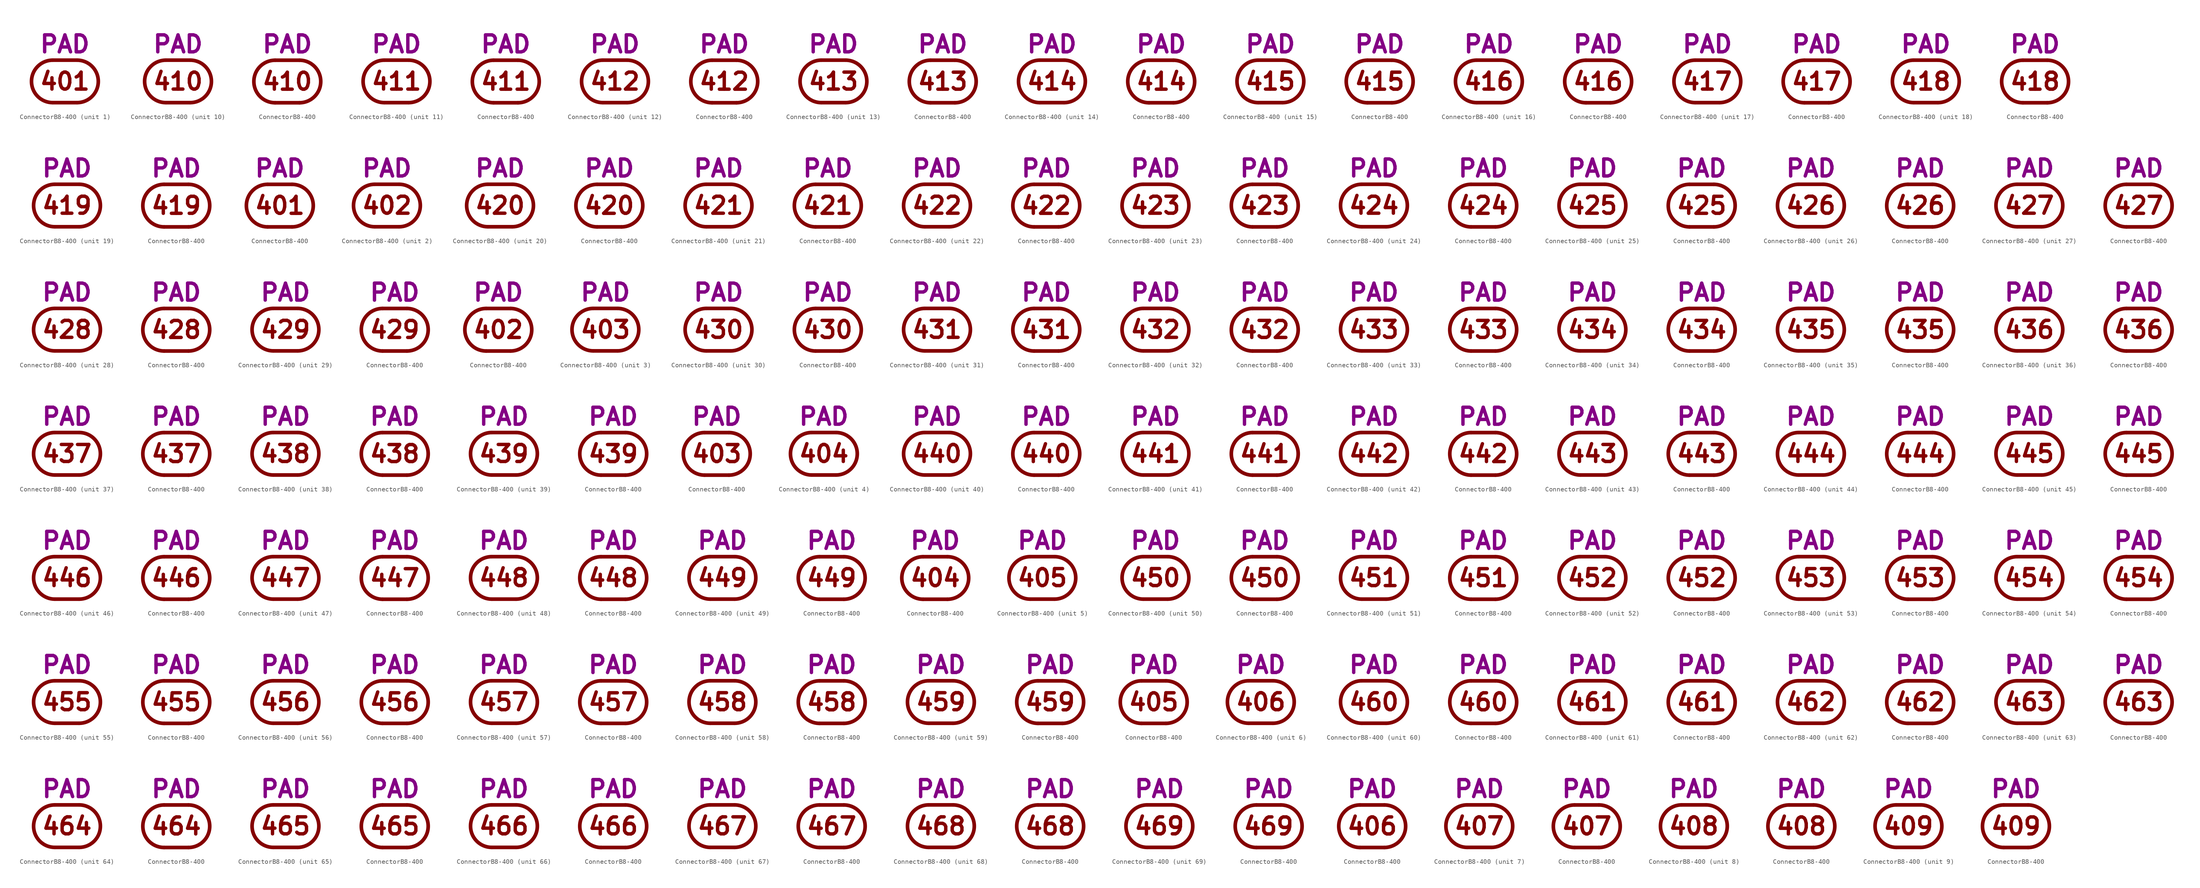
<source format=kicad_sym>
(kicad_symbol_lib
  (version 20211014)
  (generator kicad_symbol_editor)
  (symbol "ConnectorB8-400"
    (pin_numbers hide)
    (pin_names
      (offset 0) hide)
    (property "Reference" "J"
      (at 0 8.255 0)
      (effects (font (size 3.556 3.556)) hide))
    (property "Caption" "PAD"
      (at 0 5.715 0)
      (effects (font (size 3.556 3.556) bold) (justify bottom)))
    (property "ki_locked" ""
      (at 0 0 0)
      (effects (font (size 1.27 1.27))))
    (symbol "ConnectorB8-400_0_0"
      (arc (start -2.54 4.445) (mid -6.985 0) (end -2.54 -4.445) (stroke (width 0.762) (type default) (color 0 0 0 0)) (fill (type none)))
      (polyline (pts (xy -2.54 -4.445) (xy 2.54 -4.445)) (stroke (width 0.762) (type default) (color 0 0 0 0)) (fill (type none)))
      (polyline (pts (xy -2.54 4.445) (xy 2.54 4.445)) (stroke (width 0.762) (type default) (color 0 0 0 0)) (fill (type none)))
      (arc (start 2.54 -4.445) (mid 6.985 0) (end 2.54 4.445) (stroke (width 0.762) (type default) (color 0 0 0 0)) (fill (type none))))
    (symbol "ConnectorB8-400_1_0"
      (text "401" (at 0 0 0) (effects (font (size 3.556 3.556) bold))))
    (symbol "ConnectorB8-400_1_1"
      (pin passive line (at 6.985 0 180) (length 0) (name "401" (effects (font (size 3.556 3.556)))) (number "401" (effects (font (size 3.556 3.556))))))
    (symbol "ConnectorB8-400_1_2"
      (pin passive line (at 0 4.445 270) (length 0) (name "401" (effects (font (size 3.556 3.556)))) (number "401" (effects (font (size 3.556 3.556))))))
    (symbol "ConnectorB8-400_2_0"
      (text "402" (at 0 0 0) (effects (font (size 3.556 3.556) bold))))
    (symbol "ConnectorB8-400_2_1"
      (pin passive line (at 6.985 0 180) (length 0) (name "402" (effects (font (size 3.556 3.556)))) (number "402" (effects (font (size 3.556 3.556))))))
    (symbol "ConnectorB8-400_2_2"
      (pin passive line (at 0 4.445 270) (length 0) (name "402" (effects (font (size 3.556 3.556)))) (number "402" (effects (font (size 3.556 3.556))))))
    (symbol "ConnectorB8-400_3_0"
      (text "403" (at 0 0 0) (effects (font (size 3.556 3.556) bold))))
    (symbol "ConnectorB8-400_3_1"
      (pin passive line (at 6.985 0 180) (length 0) (name "403" (effects (font (size 3.556 3.556)))) (number "403" (effects (font (size 3.556 3.556))))))
    (symbol "ConnectorB8-400_3_2"
      (pin passive line (at 0 4.445 270) (length 0) (name "403" (effects (font (size 3.556 3.556)))) (number "403" (effects (font (size 3.556 3.556))))))
    (symbol "ConnectorB8-400_4_0"
      (text "404" (at 0 0 0) (effects (font (size 3.556 3.556) bold))))
    (symbol "ConnectorB8-400_4_1"
      (pin passive line (at 6.985 0 180) (length 0) (name "404" (effects (font (size 3.556 3.556)))) (number "404" (effects (font (size 3.556 3.556))))))
    (symbol "ConnectorB8-400_4_2"
      (pin passive line (at 0 4.445 270) (length 0) (name "404" (effects (font (size 3.556 3.556)))) (number "404" (effects (font (size 3.556 3.556))))))
    (symbol "ConnectorB8-400_5_0"
      (text "405" (at 0 0 0) (effects (font (size 3.556 3.556) bold))))
    (symbol "ConnectorB8-400_5_1"
      (pin passive line (at 6.985 0 180) (length 0) (name "405" (effects (font (size 3.556 3.556)))) (number "405" (effects (font (size 3.556 3.556))))))
    (symbol "ConnectorB8-400_5_2"
      (pin passive line (at 0 4.445 270) (length 0) (name "405" (effects (font (size 3.556 3.556)))) (number "405" (effects (font (size 3.556 3.556))))))
    (symbol "ConnectorB8-400_6_0"
      (text "406" (at 0 0 0) (effects (font (size 3.556 3.556) bold))))
    (symbol "ConnectorB8-400_6_1"
      (pin passive line (at 6.985 0 180) (length 0) (name "406" (effects (font (size 3.556 3.556)))) (number "406" (effects (font (size 3.556 3.556))))))
    (symbol "ConnectorB8-400_6_2"
      (pin passive line (at 0 4.445 270) (length 0) (name "406" (effects (font (size 3.556 3.556)))) (number "406" (effects (font (size 3.556 3.556))))))
    (symbol "ConnectorB8-400_7_0"
      (text "407" (at 0 0 0) (effects (font (size 3.556 3.556) bold))))
    (symbol "ConnectorB8-400_7_1"
      (pin passive line (at 6.985 0 180) (length 0) (name "407" (effects (font (size 3.556 3.556)))) (number "407" (effects (font (size 3.556 3.556))))))
    (symbol "ConnectorB8-400_7_2"
      (pin passive line (at 0 4.445 270) (length 0) (name "407" (effects (font (size 3.556 3.556)))) (number "407" (effects (font (size 3.556 3.556))))))
    (symbol "ConnectorB8-400_8_0"
      (text "408" (at 0 0 0) (effects (font (size 3.556 3.556) bold))))
    (symbol "ConnectorB8-400_8_1"
      (pin passive line (at 6.985 0 180) (length 0) (name "408" (effects (font (size 3.556 3.556)))) (number "408" (effects (font (size 3.556 3.556))))))
    (symbol "ConnectorB8-400_8_2"
      (pin passive line (at 0 4.445 270) (length 0) (name "408" (effects (font (size 3.556 3.556)))) (number "408" (effects (font (size 3.556 3.556))))))
    (symbol "ConnectorB8-400_9_0"
      (text "409" (at 0 0 0) (effects (font (size 3.556 3.556) bold))))
    (symbol "ConnectorB8-400_9_1"
      (pin passive line (at 6.985 0 180) (length 0) (name "409" (effects (font (size 3.556 3.556)))) (number "409" (effects (font (size 3.556 3.556))))))
    (symbol "ConnectorB8-400_9_2"
      (pin passive line (at 0 4.445 270) (length 0) (name "409" (effects (font (size 3.556 3.556)))) (number "409" (effects (font (size 3.556 3.556))))))
    (symbol "ConnectorB8-400_10_0"
      (text "410" (at 0 0 0) (effects (font (size 3.556 3.556) bold))))
    (symbol "ConnectorB8-400_10_1"
      (pin passive line (at 6.985 0 180) (length 0) (name "410" (effects (font (size 3.556 3.556)))) (number "410" (effects (font (size 3.556 3.556))))))
    (symbol "ConnectorB8-400_10_2"
      (pin passive line (at 0 4.445 270) (length 0) (name "410" (effects (font (size 3.556 3.556)))) (number "410" (effects (font (size 3.556 3.556))))))
    (symbol "ConnectorB8-400_11_0"
      (text "411" (at 0 0 0) (effects (font (size 3.556 3.556) bold))))
    (symbol "ConnectorB8-400_11_1"
      (pin passive line (at 6.985 0 180) (length 0) (name "411" (effects (font (size 3.556 3.556)))) (number "411" (effects (font (size 3.556 3.556))))))
    (symbol "ConnectorB8-400_11_2"
      (pin passive line (at 0 4.445 270) (length 0) (name "411" (effects (font (size 3.556 3.556)))) (number "411" (effects (font (size 3.556 3.556))))))
    (symbol "ConnectorB8-400_12_0"
      (text "412" (at 0 0 0) (effects (font (size 3.556 3.556) bold))))
    (symbol "ConnectorB8-400_12_1"
      (pin passive line (at 6.985 0 180) (length 0) (name "412" (effects (font (size 3.556 3.556)))) (number "412" (effects (font (size 3.556 3.556))))))
    (symbol "ConnectorB8-400_12_2"
      (pin passive line (at 0 4.445 270) (length 0) (name "412" (effects (font (size 3.556 3.556)))) (number "412" (effects (font (size 3.556 3.556))))))
    (symbol "ConnectorB8-400_13_0"
      (text "413" (at 0 0 0) (effects (font (size 3.556 3.556) bold))))
    (symbol "ConnectorB8-400_13_1"
      (pin passive line (at 6.985 0 180) (length 0) (name "413" (effects (font (size 3.556 3.556)))) (number "413" (effects (font (size 3.556 3.556))))))
    (symbol "ConnectorB8-400_13_2"
      (pin passive line (at 0 4.445 270) (length 0) (name "413" (effects (font (size 3.556 3.556)))) (number "413" (effects (font (size 3.556 3.556))))))
    (symbol "ConnectorB8-400_14_0"
      (text "414" (at 0 0 0) (effects (font (size 3.556 3.556) bold))))
    (symbol "ConnectorB8-400_14_1"
      (pin passive line (at 6.985 0 180) (length 0) (name "414" (effects (font (size 3.556 3.556)))) (number "414" (effects (font (size 3.556 3.556))))))
    (symbol "ConnectorB8-400_14_2"
      (pin passive line (at 0 4.445 270) (length 0) (name "414" (effects (font (size 3.556 3.556)))) (number "414" (effects (font (size 3.556 3.556))))))
    (symbol "ConnectorB8-400_15_0"
      (text "415" (at 0 0 0) (effects (font (size 3.556 3.556) bold))))
    (symbol "ConnectorB8-400_15_1"
      (pin passive line (at 6.985 0 180) (length 0) (name "415" (effects (font (size 3.556 3.556)))) (number "415" (effects (font (size 3.556 3.556))))))
    (symbol "ConnectorB8-400_15_2"
      (pin passive line (at 0 4.445 270) (length 0) (name "415" (effects (font (size 3.556 3.556)))) (number "415" (effects (font (size 3.556 3.556))))))
    (symbol "ConnectorB8-400_16_0"
      (text "416" (at 0 0 0) (effects (font (size 3.556 3.556) bold))))
    (symbol "ConnectorB8-400_16_1"
      (pin passive line (at 6.985 0 180) (length 0) (name "416" (effects (font (size 3.556 3.556)))) (number "416" (effects (font (size 3.556 3.556))))))
    (symbol "ConnectorB8-400_16_2"
      (pin passive line (at 0 4.445 270) (length 0) (name "416" (effects (font (size 3.556 3.556)))) (number "416" (effects (font (size 3.556 3.556))))))
    (symbol "ConnectorB8-400_17_0"
      (text "417" (at 0 0 0) (effects (font (size 3.556 3.556) bold))))
    (symbol "ConnectorB8-400_17_1"
      (pin passive line (at 6.985 0 180) (length 0) (name "417" (effects (font (size 3.556 3.556)))) (number "417" (effects (font (size 3.556 3.556))))))
    (symbol "ConnectorB8-400_17_2"
      (pin passive line (at 0 4.445 270) (length 0) (name "417" (effects (font (size 3.556 3.556)))) (number "417" (effects (font (size 3.556 3.556))))))
    (symbol "ConnectorB8-400_18_0"
      (text "418" (at 0 0 0) (effects (font (size 3.556 3.556) bold))))
    (symbol "ConnectorB8-400_18_1"
      (pin passive line (at 6.985 0 180) (length 0) (name "418" (effects (font (size 3.556 3.556)))) (number "418" (effects (font (size 3.556 3.556))))))
    (symbol "ConnectorB8-400_18_2"
      (pin passive line (at 0 4.445 270) (length 0) (name "418" (effects (font (size 3.556 3.556)))) (number "418" (effects (font (size 3.556 3.556))))))
    (symbol "ConnectorB8-400_19_0"
      (text "419" (at 0 0 0) (effects (font (size 3.556 3.556) bold))))
    (symbol "ConnectorB8-400_19_1"
      (pin passive line (at 6.985 0 180) (length 0) (name "419" (effects (font (size 3.556 3.556)))) (number "419" (effects (font (size 3.556 3.556))))))
    (symbol "ConnectorB8-400_19_2"
      (pin passive line (at 0 4.445 270) (length 0) (name "419" (effects (font (size 3.556 3.556)))) (number "419" (effects (font (size 3.556 3.556))))))
    (symbol "ConnectorB8-400_20_0"
      (text "420" (at 0 0 0) (effects (font (size 3.556 3.556) bold))))
    (symbol "ConnectorB8-400_20_1"
      (pin passive line (at 6.985 0 180) (length 0) (name "420" (effects (font (size 3.556 3.556)))) (number "420" (effects (font (size 3.556 3.556))))))
    (symbol "ConnectorB8-400_20_2"
      (pin passive line (at 0 4.445 270) (length 0) (name "420" (effects (font (size 3.556 3.556)))) (number "420" (effects (font (size 3.556 3.556))))))
    (symbol "ConnectorB8-400_21_0"
      (text "421" (at 0 0 0) (effects (font (size 3.556 3.556) bold))))
    (symbol "ConnectorB8-400_21_1"
      (pin passive line (at 6.985 0 180) (length 0) (name "421" (effects (font (size 3.556 3.556)))) (number "421" (effects (font (size 3.556 3.556))))))
    (symbol "ConnectorB8-400_21_2"
      (pin passive line (at 0 4.445 270) (length 0) (name "421" (effects (font (size 3.556 3.556)))) (number "421" (effects (font (size 3.556 3.556))))))
    (symbol "ConnectorB8-400_22_0"
      (text "422" (at 0 0 0) (effects (font (size 3.556 3.556) bold))))
    (symbol "ConnectorB8-400_22_1"
      (pin passive line (at 6.985 0 180) (length 0) (name "422" (effects (font (size 3.556 3.556)))) (number "422" (effects (font (size 3.556 3.556))))))
    (symbol "ConnectorB8-400_22_2"
      (pin passive line (at 0 4.445 270) (length 0) (name "422" (effects (font (size 3.556 3.556)))) (number "422" (effects (font (size 3.556 3.556))))))
    (symbol "ConnectorB8-400_23_0"
      (text "423" (at 0 0 0) (effects (font (size 3.556 3.556) bold))))
    (symbol "ConnectorB8-400_23_1"
      (pin passive line (at 6.985 0 180) (length 0) (name "423" (effects (font (size 3.556 3.556)))) (number "423" (effects (font (size 3.556 3.556))))))
    (symbol "ConnectorB8-400_23_2"
      (pin passive line (at 0 4.445 270) (length 0) (name "423" (effects (font (size 3.556 3.556)))) (number "423" (effects (font (size 3.556 3.556))))))
    (symbol "ConnectorB8-400_24_0"
      (text "424" (at 0 0 0) (effects (font (size 3.556 3.556) bold))))
    (symbol "ConnectorB8-400_24_1"
      (pin passive line (at 6.985 0 180) (length 0) (name "424" (effects (font (size 3.556 3.556)))) (number "424" (effects (font (size 3.556 3.556))))))
    (symbol "ConnectorB8-400_24_2"
      (pin passive line (at 0 4.445 270) (length 0) (name "424" (effects (font (size 3.556 3.556)))) (number "424" (effects (font (size 3.556 3.556))))))
    (symbol "ConnectorB8-400_25_0"
      (text "425" (at 0 0 0) (effects (font (size 3.556 3.556) bold))))
    (symbol "ConnectorB8-400_25_1"
      (pin passive line (at 6.985 0 180) (length 0) (name "425" (effects (font (size 3.556 3.556)))) (number "425" (effects (font (size 3.556 3.556))))))
    (symbol "ConnectorB8-400_25_2"
      (pin passive line (at 0 4.445 270) (length 0) (name "425" (effects (font (size 3.556 3.556)))) (number "425" (effects (font (size 3.556 3.556))))))
    (symbol "ConnectorB8-400_26_0"
      (text "426" (at 0 0 0) (effects (font (size 3.556 3.556) bold))))
    (symbol "ConnectorB8-400_26_1"
      (pin passive line (at 6.985 0 180) (length 0) (name "426" (effects (font (size 3.556 3.556)))) (number "426" (effects (font (size 3.556 3.556))))))
    (symbol "ConnectorB8-400_26_2"
      (pin passive line (at 0 4.445 270) (length 0) (name "426" (effects (font (size 3.556 3.556)))) (number "426" (effects (font (size 3.556 3.556))))))
    (symbol "ConnectorB8-400_27_0"
      (text "427" (at 0 0 0) (effects (font (size 3.556 3.556) bold))))
    (symbol "ConnectorB8-400_27_1"
      (pin passive line (at 6.985 0 180) (length 0) (name "427" (effects (font (size 3.556 3.556)))) (number "427" (effects (font (size 3.556 3.556))))))
    (symbol "ConnectorB8-400_27_2"
      (pin passive line (at 0 4.445 270) (length 0) (name "427" (effects (font (size 3.556 3.556)))) (number "427" (effects (font (size 3.556 3.556))))))
    (symbol "ConnectorB8-400_28_0"
      (text "428" (at 0 0 0) (effects (font (size 3.556 3.556) bold))))
    (symbol "ConnectorB8-400_28_1"
      (pin passive line (at 6.985 0 180) (length 0) (name "428" (effects (font (size 3.556 3.556)))) (number "428" (effects (font (size 3.556 3.556))))))
    (symbol "ConnectorB8-400_28_2"
      (pin passive line (at 0 4.445 270) (length 0) (name "428" (effects (font (size 3.556 3.556)))) (number "428" (effects (font (size 3.556 3.556))))))
    (symbol "ConnectorB8-400_29_0"
      (text "429" (at 0 0 0) (effects (font (size 3.556 3.556) bold))))
    (symbol "ConnectorB8-400_29_1"
      (pin passive line (at 6.985 0 180) (length 0) (name "429" (effects (font (size 3.556 3.556)))) (number "429" (effects (font (size 3.556 3.556))))))
    (symbol "ConnectorB8-400_29_2"
      (pin passive line (at 0 4.445 270) (length 0) (name "429" (effects (font (size 3.556 3.556)))) (number "429" (effects (font (size 3.556 3.556))))))
    (symbol "ConnectorB8-400_30_0"
      (text "430" (at 0 0 0) (effects (font (size 3.556 3.556) bold))))
    (symbol "ConnectorB8-400_30_1"
      (pin passive line (at 6.985 0 180) (length 0) (name "430" (effects (font (size 3.556 3.556)))) (number "430" (effects (font (size 3.556 3.556))))))
    (symbol "ConnectorB8-400_30_2"
      (pin passive line (at 0 4.445 270) (length 0) (name "430" (effects (font (size 3.556 3.556)))) (number "430" (effects (font (size 3.556 3.556))))))
    (symbol "ConnectorB8-400_31_0"
      (text "431" (at 0 0 0) (effects (font (size 3.556 3.556) bold))))
    (symbol "ConnectorB8-400_31_1"
      (pin passive line (at 6.985 0 180) (length 0) (name "431" (effects (font (size 3.556 3.556)))) (number "431" (effects (font (size 3.556 3.556))))))
    (symbol "ConnectorB8-400_31_2"
      (pin passive line (at 0 4.445 270) (length 0) (name "431" (effects (font (size 3.556 3.556)))) (number "431" (effects (font (size 3.556 3.556))))))
    (symbol "ConnectorB8-400_32_0"
      (text "432" (at 0 0 0) (effects (font (size 3.556 3.556) bold))))
    (symbol "ConnectorB8-400_32_1"
      (pin passive line (at 6.985 0 180) (length 0) (name "432" (effects (font (size 3.556 3.556)))) (number "432" (effects (font (size 3.556 3.556))))))
    (symbol "ConnectorB8-400_32_2"
      (pin passive line (at 0 4.445 270) (length 0) (name "432" (effects (font (size 3.556 3.556)))) (number "432" (effects (font (size 3.556 3.556))))))
    (symbol "ConnectorB8-400_33_0"
      (text "433" (at 0 0 0) (effects (font (size 3.556 3.556) bold))))
    (symbol "ConnectorB8-400_33_1"
      (pin passive line (at 6.985 0 180) (length 0) (name "433" (effects (font (size 3.556 3.556)))) (number "433" (effects (font (size 3.556 3.556))))))
    (symbol "ConnectorB8-400_33_2"
      (pin passive line (at 0 4.445 270) (length 0) (name "433" (effects (font (size 3.556 3.556)))) (number "433" (effects (font (size 3.556 3.556))))))
    (symbol "ConnectorB8-400_34_0"
      (text "434" (at 0 0 0) (effects (font (size 3.556 3.556) bold))))
    (symbol "ConnectorB8-400_34_1"
      (pin passive line (at 6.985 0 180) (length 0) (name "434" (effects (font (size 3.556 3.556)))) (number "434" (effects (font (size 3.556 3.556))))))
    (symbol "ConnectorB8-400_34_2"
      (pin passive line (at 0 4.445 270) (length 0) (name "434" (effects (font (size 3.556 3.556)))) (number "434" (effects (font (size 3.556 3.556))))))
    (symbol "ConnectorB8-400_35_0"
      (text "435" (at 0 0 0) (effects (font (size 3.556 3.556) bold))))
    (symbol "ConnectorB8-400_35_1"
      (pin passive line (at 6.985 0 180) (length 0) (name "435" (effects (font (size 3.556 3.556)))) (number "435" (effects (font (size 3.556 3.556))))))
    (symbol "ConnectorB8-400_35_2"
      (pin passive line (at 0 4.445 270) (length 0) (name "435" (effects (font (size 3.556 3.556)))) (number "435" (effects (font (size 3.556 3.556))))))
    (symbol "ConnectorB8-400_36_0"
      (text "436" (at 0 0 0) (effects (font (size 3.556 3.556) bold))))
    (symbol "ConnectorB8-400_36_1"
      (pin passive line (at 6.985 0 180) (length 0) (name "436" (effects (font (size 3.556 3.556)))) (number "436" (effects (font (size 3.556 3.556))))))
    (symbol "ConnectorB8-400_36_2"
      (pin passive line (at 0 4.445 270) (length 0) (name "436" (effects (font (size 3.556 3.556)))) (number "436" (effects (font (size 3.556 3.556))))))
    (symbol "ConnectorB8-400_37_0"
      (text "437" (at 0 0 0) (effects (font (size 3.556 3.556) bold))))
    (symbol "ConnectorB8-400_37_1"
      (pin passive line (at 6.985 0 180) (length 0) (name "437" (effects (font (size 3.556 3.556)))) (number "437" (effects (font (size 3.556 3.556))))))
    (symbol "ConnectorB8-400_37_2"
      (pin passive line (at 0 4.445 270) (length 0) (name "437" (effects (font (size 3.556 3.556)))) (number "437" (effects (font (size 3.556 3.556))))))
    (symbol "ConnectorB8-400_38_0"
      (text "438" (at 0 0 0) (effects (font (size 3.556 3.556) bold))))
    (symbol "ConnectorB8-400_38_1"
      (pin passive line (at 6.985 0 180) (length 0) (name "438" (effects (font (size 3.556 3.556)))) (number "438" (effects (font (size 3.556 3.556))))))
    (symbol "ConnectorB8-400_38_2"
      (pin passive line (at 0 4.445 270) (length 0) (name "438" (effects (font (size 3.556 3.556)))) (number "438" (effects (font (size 3.556 3.556))))))
    (symbol "ConnectorB8-400_39_0"
      (text "439" (at 0 0 0) (effects (font (size 3.556 3.556) bold))))
    (symbol "ConnectorB8-400_39_1"
      (pin passive line (at 6.985 0 180) (length 0) (name "439" (effects (font (size 3.556 3.556)))) (number "439" (effects (font (size 3.556 3.556))))))
    (symbol "ConnectorB8-400_39_2"
      (pin passive line (at 0 4.445 270) (length 0) (name "439" (effects (font (size 3.556 3.556)))) (number "439" (effects (font (size 3.556 3.556))))))
    (symbol "ConnectorB8-400_40_0"
      (text "440" (at 0 0 0) (effects (font (size 3.556 3.556) bold))))
    (symbol "ConnectorB8-400_40_1"
      (pin passive line (at 6.985 0 180) (length 0) (name "440" (effects (font (size 3.556 3.556)))) (number "440" (effects (font (size 3.556 3.556))))))
    (symbol "ConnectorB8-400_40_2"
      (pin passive line (at 0 4.445 270) (length 0) (name "440" (effects (font (size 3.556 3.556)))) (number "440" (effects (font (size 3.556 3.556))))))
    (symbol "ConnectorB8-400_41_0"
      (text "441" (at 0 0 0) (effects (font (size 3.556 3.556) bold))))
    (symbol "ConnectorB8-400_41_1"
      (pin passive line (at 6.985 0 180) (length 0) (name "441" (effects (font (size 3.556 3.556)))) (number "441" (effects (font (size 3.556 3.556))))))
    (symbol "ConnectorB8-400_41_2"
      (pin passive line (at 0 4.445 270) (length 0) (name "441" (effects (font (size 3.556 3.556)))) (number "441" (effects (font (size 3.556 3.556))))))
    (symbol "ConnectorB8-400_42_0"
      (text "442" (at 0 0 0) (effects (font (size 3.556 3.556) bold))))
    (symbol "ConnectorB8-400_42_1"
      (pin passive line (at 6.985 0 180) (length 0) (name "442" (effects (font (size 3.556 3.556)))) (number "442" (effects (font (size 3.556 3.556))))))
    (symbol "ConnectorB8-400_42_2"
      (pin passive line (at 0 4.445 270) (length 0) (name "442" (effects (font (size 3.556 3.556)))) (number "442" (effects (font (size 3.556 3.556))))))
    (symbol "ConnectorB8-400_43_0"
      (text "443" (at 0 0 0) (effects (font (size 3.556 3.556) bold))))
    (symbol "ConnectorB8-400_43_1"
      (pin passive line (at 6.985 0 180) (length 0) (name "443" (effects (font (size 3.556 3.556)))) (number "443" (effects (font (size 3.556 3.556))))))
    (symbol "ConnectorB8-400_43_2"
      (pin passive line (at 0 4.445 270) (length 0) (name "443" (effects (font (size 3.556 3.556)))) (number "443" (effects (font (size 3.556 3.556))))))
    (symbol "ConnectorB8-400_44_0"
      (text "444" (at 0 0 0) (effects (font (size 3.556 3.556) bold))))
    (symbol "ConnectorB8-400_44_1"
      (pin passive line (at 6.985 0 180) (length 0) (name "444" (effects (font (size 3.556 3.556)))) (number "444" (effects (font (size 3.556 3.556))))))
    (symbol "ConnectorB8-400_44_2"
      (pin passive line (at 0 4.445 270) (length 0) (name "444" (effects (font (size 3.556 3.556)))) (number "444" (effects (font (size 3.556 3.556))))))
    (symbol "ConnectorB8-400_45_0"
      (text "445" (at 0 0 0) (effects (font (size 3.556 3.556) bold))))
    (symbol "ConnectorB8-400_45_1"
      (pin passive line (at 6.985 0 180) (length 0) (name "445" (effects (font (size 3.556 3.556)))) (number "445" (effects (font (size 3.556 3.556))))))
    (symbol "ConnectorB8-400_45_2"
      (pin passive line (at 0 4.445 270) (length 0) (name "445" (effects (font (size 3.556 3.556)))) (number "445" (effects (font (size 3.556 3.556))))))
    (symbol "ConnectorB8-400_46_0"
      (text "446" (at 0 0 0) (effects (font (size 3.556 3.556) bold))))
    (symbol "ConnectorB8-400_46_1"
      (pin passive line (at 6.985 0 180) (length 0) (name "446" (effects (font (size 3.556 3.556)))) (number "446" (effects (font (size 3.556 3.556))))))
    (symbol "ConnectorB8-400_46_2"
      (pin passive line (at 0 4.445 270) (length 0) (name "446" (effects (font (size 3.556 3.556)))) (number "446" (effects (font (size 3.556 3.556))))))
    (symbol "ConnectorB8-400_47_0"
      (text "447" (at 0 0 0) (effects (font (size 3.556 3.556) bold))))
    (symbol "ConnectorB8-400_47_1"
      (pin passive line (at 6.985 0 180) (length 0) (name "447" (effects (font (size 3.556 3.556)))) (number "447" (effects (font (size 3.556 3.556))))))
    (symbol "ConnectorB8-400_47_2"
      (pin passive line (at 0 4.445 270) (length 0) (name "447" (effects (font (size 3.556 3.556)))) (number "447" (effects (font (size 3.556 3.556))))))
    (symbol "ConnectorB8-400_48_0"
      (text "448" (at 0 0 0) (effects (font (size 3.556 3.556) bold))))
    (symbol "ConnectorB8-400_48_1"
      (pin passive line (at 6.985 0 180) (length 0) (name "448" (effects (font (size 3.556 3.556)))) (number "448" (effects (font (size 3.556 3.556))))))
    (symbol "ConnectorB8-400_48_2"
      (pin passive line (at 0 4.445 270) (length 0) (name "448" (effects (font (size 3.556 3.556)))) (number "448" (effects (font (size 3.556 3.556))))))
    (symbol "ConnectorB8-400_49_0"
      (text "449" (at 0 0 0) (effects (font (size 3.556 3.556) bold))))
    (symbol "ConnectorB8-400_49_1"
      (pin passive line (at 6.985 0 180) (length 0) (name "449" (effects (font (size 3.556 3.556)))) (number "449" (effects (font (size 3.556 3.556))))))
    (symbol "ConnectorB8-400_49_2"
      (pin passive line (at 0 4.445 270) (length 0) (name "449" (effects (font (size 3.556 3.556)))) (number "449" (effects (font (size 3.556 3.556))))))
    (symbol "ConnectorB8-400_50_0"
      (text "450" (at 0 0 0) (effects (font (size 3.556 3.556) bold))))
    (symbol "ConnectorB8-400_50_1"
      (pin passive line (at 6.985 0 180) (length 0) (name "450" (effects (font (size 3.556 3.556)))) (number "450" (effects (font (size 3.556 3.556))))))
    (symbol "ConnectorB8-400_50_2"
      (pin passive line (at 0 4.445 270) (length 0) (name "450" (effects (font (size 3.556 3.556)))) (number "450" (effects (font (size 3.556 3.556))))))
    (symbol "ConnectorB8-400_51_0"
      (text "451" (at 0 0 0) (effects (font (size 3.556 3.556) bold))))
    (symbol "ConnectorB8-400_51_1"
      (pin passive line (at 6.985 0 180) (length 0) (name "451" (effects (font (size 3.556 3.556)))) (number "451" (effects (font (size 3.556 3.556))))))
    (symbol "ConnectorB8-400_51_2"
      (pin passive line (at 0 4.445 270) (length 0) (name "451" (effects (font (size 3.556 3.556)))) (number "451" (effects (font (size 3.556 3.556))))))
    (symbol "ConnectorB8-400_52_0"
      (text "452" (at 0 0 0) (effects (font (size 3.556 3.556) bold))))
    (symbol "ConnectorB8-400_52_1"
      (pin passive line (at 6.985 0 180) (length 0) (name "452" (effects (font (size 3.556 3.556)))) (number "452" (effects (font (size 3.556 3.556))))))
    (symbol "ConnectorB8-400_52_2"
      (pin passive line (at 0 4.445 270) (length 0) (name "452" (effects (font (size 3.556 3.556)))) (number "452" (effects (font (size 3.556 3.556))))))
    (symbol "ConnectorB8-400_53_0"
      (text "453" (at 0 0 0) (effects (font (size 3.556 3.556) bold))))
    (symbol "ConnectorB8-400_53_1"
      (pin passive line (at 6.985 0 180) (length 0) (name "453" (effects (font (size 3.556 3.556)))) (number "453" (effects (font (size 3.556 3.556))))))
    (symbol "ConnectorB8-400_53_2"
      (pin passive line (at 0 4.445 270) (length 0) (name "453" (effects (font (size 3.556 3.556)))) (number "453" (effects (font (size 3.556 3.556))))))
    (symbol "ConnectorB8-400_54_0"
      (text "454" (at 0 0 0) (effects (font (size 3.556 3.556) bold))))
    (symbol "ConnectorB8-400_54_1"
      (pin passive line (at 6.985 0 180) (length 0) (name "454" (effects (font (size 3.556 3.556)))) (number "454" (effects (font (size 3.556 3.556))))))
    (symbol "ConnectorB8-400_54_2"
      (pin passive line (at 0 4.445 270) (length 0) (name "454" (effects (font (size 3.556 3.556)))) (number "454" (effects (font (size 3.556 3.556))))))
    (symbol "ConnectorB8-400_55_0"
      (text "455" (at 0 0 0) (effects (font (size 3.556 3.556) bold))))
    (symbol "ConnectorB8-400_55_1"
      (pin passive line (at 6.985 0 180) (length 0) (name "455" (effects (font (size 3.556 3.556)))) (number "455" (effects (font (size 3.556 3.556))))))
    (symbol "ConnectorB8-400_55_2"
      (pin passive line (at 0 4.445 270) (length 0) (name "455" (effects (font (size 3.556 3.556)))) (number "455" (effects (font (size 3.556 3.556))))))
    (symbol "ConnectorB8-400_56_0"
      (text "456" (at 0 0 0) (effects (font (size 3.556 3.556) bold))))
    (symbol "ConnectorB8-400_56_1"
      (pin passive line (at 6.985 0 180) (length 0) (name "456" (effects (font (size 3.556 3.556)))) (number "456" (effects (font (size 3.556 3.556))))))
    (symbol "ConnectorB8-400_56_2"
      (pin passive line (at 0 4.445 270) (length 0) (name "456" (effects (font (size 3.556 3.556)))) (number "456" (effects (font (size 3.556 3.556))))))
    (symbol "ConnectorB8-400_57_0"
      (text "457" (at 0 0 0) (effects (font (size 3.556 3.556) bold))))
    (symbol "ConnectorB8-400_57_1"
      (pin passive line (at 6.985 0 180) (length 0) (name "457" (effects (font (size 3.556 3.556)))) (number "457" (effects (font (size 3.556 3.556))))))
    (symbol "ConnectorB8-400_57_2"
      (pin passive line (at 0 4.445 270) (length 0) (name "457" (effects (font (size 3.556 3.556)))) (number "457" (effects (font (size 3.556 3.556))))))
    (symbol "ConnectorB8-400_58_0"
      (text "458" (at 0 0 0) (effects (font (size 3.556 3.556) bold))))
    (symbol "ConnectorB8-400_58_1"
      (pin passive line (at 6.985 0 180) (length 0) (name "458" (effects (font (size 3.556 3.556)))) (number "458" (effects (font (size 3.556 3.556))))))
    (symbol "ConnectorB8-400_58_2"
      (pin passive line (at 0 4.445 270) (length 0) (name "458" (effects (font (size 3.556 3.556)))) (number "458" (effects (font (size 3.556 3.556))))))
    (symbol "ConnectorB8-400_59_0"
      (text "459" (at 0 0 0) (effects (font (size 3.556 3.556) bold))))
    (symbol "ConnectorB8-400_59_1"
      (pin passive line (at 6.985 0 180) (length 0) (name "459" (effects (font (size 3.556 3.556)))) (number "459" (effects (font (size 3.556 3.556))))))
    (symbol "ConnectorB8-400_59_2"
      (pin passive line (at 0 4.445 270) (length 0) (name "459" (effects (font (size 3.556 3.556)))) (number "459" (effects (font (size 3.556 3.556))))))
    (symbol "ConnectorB8-400_60_0"
      (text "460" (at 0 0 0) (effects (font (size 3.556 3.556) bold))))
    (symbol "ConnectorB8-400_60_1"
      (pin passive line (at 6.985 0 180) (length 0) (name "460" (effects (font (size 3.556 3.556)))) (number "460" (effects (font (size 3.556 3.556))))))
    (symbol "ConnectorB8-400_60_2"
      (pin passive line (at 0 4.445 270) (length 0) (name "460" (effects (font (size 3.556 3.556)))) (number "460" (effects (font (size 3.556 3.556))))))
    (symbol "ConnectorB8-400_61_0"
      (text "461" (at 0 0 0) (effects (font (size 3.556 3.556) bold))))
    (symbol "ConnectorB8-400_61_1"
      (pin passive line (at 6.985 0 180) (length 0) (name "461" (effects (font (size 3.556 3.556)))) (number "461" (effects (font (size 3.556 3.556))))))
    (symbol "ConnectorB8-400_61_2"
      (pin passive line (at 0 4.445 270) (length 0) (name "461" (effects (font (size 3.556 3.556)))) (number "461" (effects (font (size 3.556 3.556))))))
    (symbol "ConnectorB8-400_62_0"
      (text "462" (at 0 0 0) (effects (font (size 3.556 3.556) bold))))
    (symbol "ConnectorB8-400_62_1"
      (pin passive line (at 6.985 0 180) (length 0) (name "462" (effects (font (size 3.556 3.556)))) (number "462" (effects (font (size 3.556 3.556))))))
    (symbol "ConnectorB8-400_62_2"
      (pin passive line (at 0 4.445 270) (length 0) (name "462" (effects (font (size 3.556 3.556)))) (number "462" (effects (font (size 3.556 3.556))))))
    (symbol "ConnectorB8-400_63_0"
      (text "463" (at 0 0 0) (effects (font (size 3.556 3.556) bold))))
    (symbol "ConnectorB8-400_63_1"
      (pin passive line (at 6.985 0 180) (length 0) (name "463" (effects (font (size 3.556 3.556)))) (number "463" (effects (font (size 3.556 3.556))))))
    (symbol "ConnectorB8-400_63_2"
      (pin passive line (at 0 4.445 270) (length 0) (name "463" (effects (font (size 3.556 3.556)))) (number "463" (effects (font (size 3.556 3.556))))))
    (symbol "ConnectorB8-400_64_0"
      (text "464" (at 0 0 0) (effects (font (size 3.556 3.556) bold))))
    (symbol "ConnectorB8-400_64_1"
      (pin passive line (at 6.985 0 180) (length 0) (name "464" (effects (font (size 3.556 3.556)))) (number "464" (effects (font (size 3.556 3.556))))))
    (symbol "ConnectorB8-400_64_2"
      (pin passive line (at 0 4.445 270) (length 0) (name "464" (effects (font (size 3.556 3.556)))) (number "464" (effects (font (size 3.556 3.556))))))
    (symbol "ConnectorB8-400_65_0"
      (text "465" (at 0 0 0) (effects (font (size 3.556 3.556) bold))))
    (symbol "ConnectorB8-400_65_1"
      (pin passive line (at 6.985 0 180) (length 0) (name "465" (effects (font (size 3.556 3.556)))) (number "465" (effects (font (size 3.556 3.556))))))
    (symbol "ConnectorB8-400_65_2"
      (pin passive line (at 0 4.445 270) (length 0) (name "465" (effects (font (size 3.556 3.556)))) (number "465" (effects (font (size 3.556 3.556))))))
    (symbol "ConnectorB8-400_66_0"
      (text "466" (at 0 0 0) (effects (font (size 3.556 3.556) bold))))
    (symbol "ConnectorB8-400_66_1"
      (pin passive line (at 6.985 0 180) (length 0) (name "466" (effects (font (size 3.556 3.556)))) (number "466" (effects (font (size 3.556 3.556))))))
    (symbol "ConnectorB8-400_66_2"
      (pin passive line (at 0 4.445 270) (length 0) (name "466" (effects (font (size 3.556 3.556)))) (number "466" (effects (font (size 3.556 3.556))))))
    (symbol "ConnectorB8-400_67_0"
      (text "467" (at 0 0 0) (effects (font (size 3.556 3.556) bold))))
    (symbol "ConnectorB8-400_67_1"
      (pin passive line (at 6.985 0 180) (length 0) (name "467" (effects (font (size 3.556 3.556)))) (number "467" (effects (font (size 3.556 3.556))))))
    (symbol "ConnectorB8-400_67_2"
      (pin passive line (at 0 4.445 270) (length 0) (name "467" (effects (font (size 3.556 3.556)))) (number "467" (effects (font (size 3.556 3.556))))))
    (symbol "ConnectorB8-400_68_0"
      (text "468" (at 0 0 0) (effects (font (size 3.556 3.556) bold))))
    (symbol "ConnectorB8-400_68_1"
      (pin passive line (at 6.985 0 180) (length 0) (name "468" (effects (font (size 3.556 3.556)))) (number "468" (effects (font (size 3.556 3.556))))))
    (symbol "ConnectorB8-400_68_2"
      (pin passive line (at 0 4.445 270) (length 0) (name "468" (effects (font (size 3.556 3.556)))) (number "468" (effects (font (size 3.556 3.556))))))
    (symbol "ConnectorB8-400_69_0"
      (text "469" (at 0 0 0) (effects (font (size 3.556 3.556) bold))))
    (symbol "ConnectorB8-400_69_1"
      (pin passive line (at 6.985 0 180) (length 0) (name "469" (effects (font (size 3.556 3.556)))) (number "469" (effects (font (size 3.556 3.556))))))
    (symbol "ConnectorB8-400_69_2"
      (pin passive line (at 0 4.445 270) (length 0) (name "469" (effects (font (size 3.556 3.556)))) (number "469" (effects (font (size 3.556 3.556))))))))
</source>
